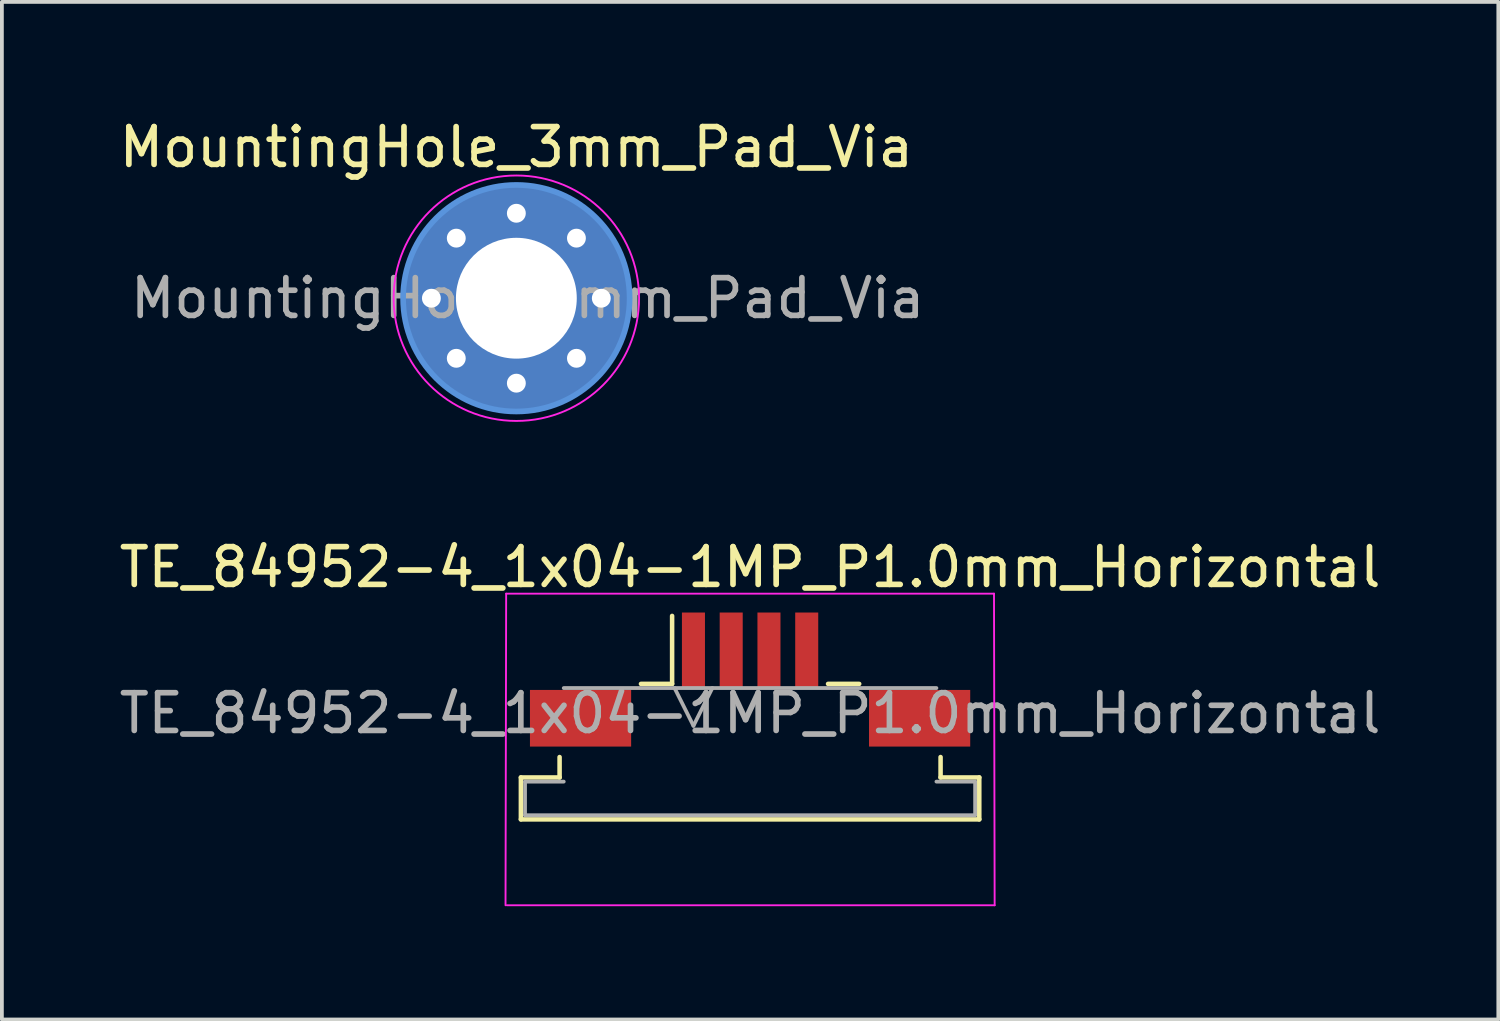
<source format=kicad_pcb>
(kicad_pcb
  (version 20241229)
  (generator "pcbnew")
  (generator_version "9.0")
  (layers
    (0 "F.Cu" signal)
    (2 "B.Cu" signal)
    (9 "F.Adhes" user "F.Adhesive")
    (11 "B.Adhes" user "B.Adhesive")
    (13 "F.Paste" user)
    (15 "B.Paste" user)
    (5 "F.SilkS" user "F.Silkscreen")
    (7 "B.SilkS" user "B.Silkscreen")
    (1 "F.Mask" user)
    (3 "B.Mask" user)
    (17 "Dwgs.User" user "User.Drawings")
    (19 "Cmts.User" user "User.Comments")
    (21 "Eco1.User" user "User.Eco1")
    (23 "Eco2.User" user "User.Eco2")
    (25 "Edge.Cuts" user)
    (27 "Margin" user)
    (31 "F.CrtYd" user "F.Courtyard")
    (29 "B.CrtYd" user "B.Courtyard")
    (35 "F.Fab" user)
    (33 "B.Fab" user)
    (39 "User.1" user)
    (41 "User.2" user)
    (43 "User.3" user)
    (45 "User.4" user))
  (footprint "TE_84952-4_1x04-1MP_P1.0mm_Horizontal"
    (layer "F.Cu")
    (at 16.815 15.972)
    (property "Reference" "TE_84952-4_1x04-1MP_P1.0mm_Horizontal" (at 0 -4 0) (layer "F.SilkS") (effects (font (size 1 1) (thickness 0.15))))
    (attr smd)
    (fp_line (start -6.07 1.568) (end -5.045 1.568) (stroke (width 0.12) (type solid)) (layer "F.SilkS"))
    (fp_line (start -6.07 2.678) (end -6.07 1.568) (stroke (width 0.12) (type solid)) (layer "F.SilkS"))
    (fp_line (start -5.045 1.568) (end -5.045 1.028) (stroke (width 0.12) (type solid)) (layer "F.SilkS"))
    (fp_line (start -2.89 -0.91) (end -2.065 -0.91) (stroke (width 0.12) (type solid)) (layer "F.SilkS"))
    (fp_line (start -2.065 -0.91) (end -2.065 -2.71) (stroke (width 0.12) (type solid)) (layer "F.SilkS"))
    (fp_line (start 2.065 -0.91) (end 2.89 -0.91) (stroke (width 0.12) (type solid)) (layer "F.SilkS"))
    (fp_line (start 5.045 1.028) (end 5.045 1.568) (stroke (width 0.12) (type solid)) (layer "F.SilkS"))
    (fp_line (start 5.045 1.568) (end 6.07 1.568) (stroke (width 0.12) (type solid)) (layer "F.SilkS"))
    (fp_line (start 6.07 1.568) (end 6.07 2.678) (stroke (width 0.12) (type solid)) (layer "F.SilkS"))
    (fp_line (start 6.07 2.678) (end -6.07 2.678) (stroke (width 0.12) (type solid)) (layer "F.SilkS"))
    (fp_line (start -6.46 -3.3) (end -6.477 4.953) (stroke (width 0.05) (type solid)) (layer "F.CrtYd"))
    (fp_line (start -6.443 4.953) (end 6.477 4.953) (stroke (width 0.05) (type solid)) (layer "F.CrtYd"))
    (fp_line (start 6.46 -3.3) (end -6.46 -3.3) (stroke (width 0.05) (type solid)) (layer "F.CrtYd"))
    (fp_line (start 6.477 4.953) (end 6.46 -3.3) (stroke (width 0.05) (type solid)) (layer "F.CrtYd"))
    (fp_line (start -5.96 1.678) (end -4.935 1.678) (stroke (width 0.1) (type solid)) (layer "F.Fab"))
    (fp_line (start -5.96 2.568) (end -5.96 1.678) (stroke (width 0.1) (type solid)) (layer "F.Fab"))
    (fp_line (start -4.935 -0.8) (end 4.935 -0.8) (stroke (width 0.1) (type solid)) (layer "F.Fab"))
    (fp_line (start -2 -0.8) (end -1.5 0.2) (stroke (width 0.1) (type solid)) (layer "F.Fab"))
    (fp_line (start -1.5 0.2) (end -1 -0.8) (stroke (width 0.1) (type solid)) (layer "F.Fab"))
    (fp_line (start 4.935 1.678) (end 5.96 1.678) (stroke (width 0.1) (type solid)) (layer "F.Fab"))
    (fp_line (start 5.96 1.678) (end 5.96 2.568) (stroke (width 0.1) (type solid)) (layer "F.Fab"))
    (fp_line (start 5.96 2.568) (end -5.96 2.568) (stroke (width 0.1) (type solid)) (layer "F.Fab"))
    (fp_text user "${REFERENCE}" (at 0 -0.132 0) (layer "F.Fab") (effects (font (size 1 1) (thickness 0.15))))
    (pad "1" smd rect (at -1.5 -1.8) (size 0.61 2) (layers "F.Cu" "F.Mask" "F.Paste"))
    (pad "2" smd rect (at -0.5 -1.8) (size 0.61 2) (layers "F.Cu" "F.Mask" "F.Paste"))
    (pad "3" smd rect (at 0.5 -1.8) (size 0.61 2) (layers "F.Cu" "F.Mask" "F.Paste"))
    (pad "4" smd rect (at 1.5 -1.8) (size 0.61 2) (layers "F.Cu" "F.Mask" "F.Paste"))
    (pad "MP" smd rect (at -4.49 0) (size 2.68 1.5) (layers "F.Cu" "F.Mask" "F.Paste"))
    (pad "MP" smd rect (at 4.49 0) (size 2.68 1.5) (layers "F.Cu" "F.Mask" "F.Paste")))
  (footprint "MountingHole_3mm_Pad_Via"
    (layer "F.Cu")
    (at 10.625 4.848)
    (property "Reference" "MountingHole_3mm_Pad_Via" (at 0 -4 0) (layer "F.SilkS") (effects (font (size 1 1) (thickness 0.15))))
    (attr exclude_from_pos_files exclude_from_bom)
    (fp_circle (center 0 0) (end 3 0) (stroke (width 0.15) (type solid)) (fill no) (layer "Cmts.User"))
    (fp_circle (center 0 0) (end 3.25 0) (stroke (width 0.05) (type solid)) (fill no) (layer "F.CrtYd"))
    (fp_text user "${REFERENCE}" (at 0.3 0 0) (layer "F.Fab") (effects (font (size 1 1) (thickness 0.15))))
    (pad "1" thru_hole circle (at -2.25 0) (size 0.8 0.8) (drill 0.5) (layers "*.Mask" "B.Cu"))
    (pad "1" thru_hole circle (at -1.591 -1.591) (size 0.8 0.8) (drill 0.5) (layers "*.Mask" "B.Cu"))
    (pad "1" thru_hole circle (at -1.591 1.591) (size 0.8 0.8) (drill 0.5) (layers "*.Mask" "B.Cu"))
    (pad "1" thru_hole circle (at 0 -2.25) (size 0.8 0.8) (drill 0.5) (layers "*.Mask" "B.Cu"))
    (pad "1" thru_hole circle (at 0 0) (size 6 6) (drill 3.2) (layers "*.Mask" "B.Cu"))
    (pad "1" thru_hole circle (at 0 2.25) (size 0.8 0.8) (drill 0.5) (layers "*.Mask" "B.Cu"))
    (pad "1" thru_hole circle (at 1.591 -1.591) (size 0.8 0.8) (drill 0.5) (layers "*.Mask" "B.Cu"))
    (pad "1" thru_hole circle (at 1.591 1.591) (size 0.8 0.8) (drill 0.5) (layers "*.Mask" "B.Cu"))
    (pad "1" thru_hole circle (at 2.25 0) (size 0.8 0.8) (drill 0.5) (layers "*.Mask" "B.Cu")))
  (gr_rect
    (start -3 -3)
    (end 36.631 23.95)
    (stroke (width 0.1) (type default))
    (fill no)
    (layer "Edge.Cuts")))
</source>
